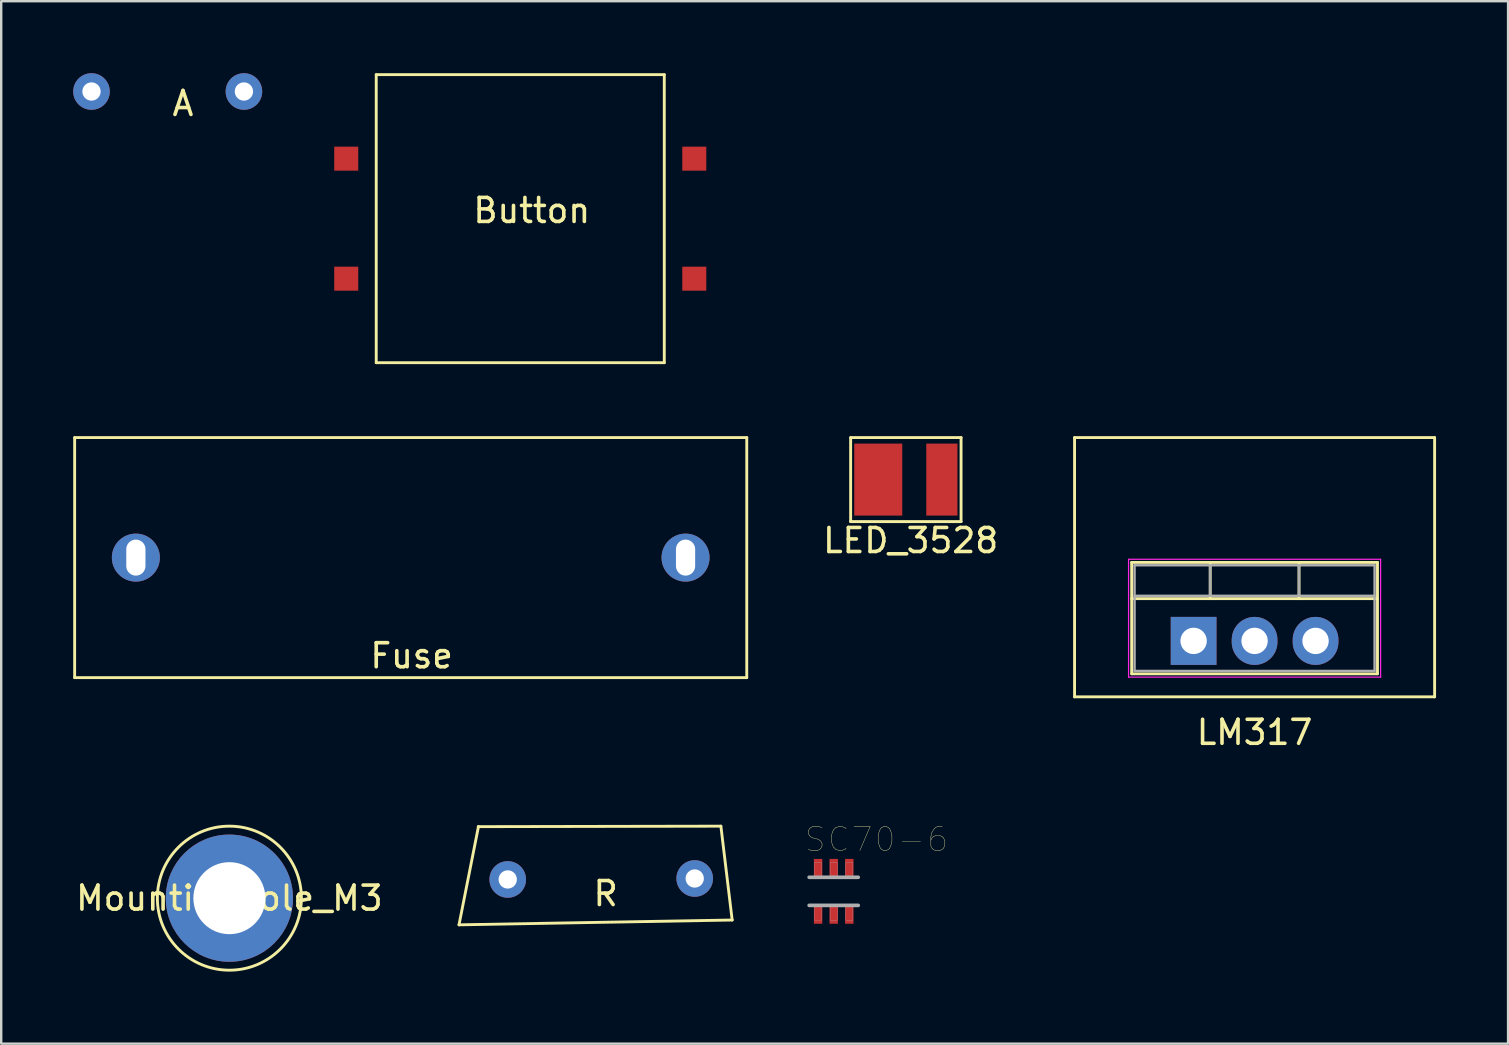
<source format=kicad_pcb>
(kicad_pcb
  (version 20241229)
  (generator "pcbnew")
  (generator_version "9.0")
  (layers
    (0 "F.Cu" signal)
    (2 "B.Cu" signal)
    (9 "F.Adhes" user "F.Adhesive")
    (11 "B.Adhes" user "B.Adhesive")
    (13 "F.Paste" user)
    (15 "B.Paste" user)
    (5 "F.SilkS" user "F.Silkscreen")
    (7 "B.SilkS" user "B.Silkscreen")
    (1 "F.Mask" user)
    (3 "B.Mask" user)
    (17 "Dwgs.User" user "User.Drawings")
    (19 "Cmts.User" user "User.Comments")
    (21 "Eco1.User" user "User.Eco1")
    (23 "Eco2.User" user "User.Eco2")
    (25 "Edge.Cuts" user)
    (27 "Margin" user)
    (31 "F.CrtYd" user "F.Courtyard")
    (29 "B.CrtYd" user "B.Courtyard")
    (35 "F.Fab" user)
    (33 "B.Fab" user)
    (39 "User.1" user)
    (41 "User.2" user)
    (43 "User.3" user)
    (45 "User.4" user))
  (footprint "Fuse"
    (layer "F.Cu")
    (at 14.06 20.18)
    (property "Reference" "Fuse" (at 0.04 4.09 0) (layer "F.SilkS") (effects (font (size 1 1) (thickness 0.15))))
    (attr through_hole)
    (fp_line (start -14 5) (end -14 -5) (stroke (width 0.12) (type solid)) (layer "F.SilkS"))
    (fp_line (start -14 5) (end 14 5) (stroke (width 0.12) (type solid)) (layer "F.SilkS"))
    (fp_line (start 14 -5) (end -14 -5) (stroke (width 0.12) (type solid)) (layer "F.SilkS"))
    (fp_line (start 14 5) (end 14 -5) (stroke (width 0.12) (type solid)) (layer "F.SilkS"))
    (pad "1" thru_hole circle (at -11.45 0) (size 2 2) (drill oval 0.8 1.5) (layers "*.Cu" "*.Mask"))
    (pad "2" thru_hole circle (at 11.45 0) (size 2 2) (drill oval 0.8 1.5) (layers "*.Cu" "*.Mask")))
  (footprint "A"
    (layer "F.Cu")
    (at 4.572 0.762)
    (property "Reference" "A" (at 0 0.5 0) (layer "F.SilkS") (effects (font (size 1 1) (thickness 0.15))))
    (attr through_hole)
    (pad "1" thru_hole circle (at -3.81 0) (size 1.524 1.524) (drill 0.762) (layers "*.Cu" "*.Mask"))
    (pad "2" thru_hole circle (at 2.54 0) (size 1.524 1.524) (drill 0.762) (layers "*.Cu" "*.Mask")))
  (footprint "SC70-6"
    (layer "F.Cu")
    (at 31.682 34.083)
    (property "Reference" "SC70-6" (at 1.781 -2.163 0) (layer "F.SilkS") (effects (font (size 1.002 1.002) (thickness 0.015))))
    (attr through_hole)
    (fp_poly (pts (xy -0.876 -1.4) (xy -0.425 -1.4) (xy -0.425 -0.501) (xy -0.876 -0.501)) (stroke (width 0.01) (type solid)) (fill yes) (layer "F.Mask"))
    (fp_poly (pts (xy -0.876 0.5) (xy -0.425 0.5) (xy -0.425 1.402) (xy -0.876 1.402)) (stroke (width 0.01) (type solid)) (fill yes) (layer "F.Mask"))
    (fp_poly (pts (xy -0.225 0.5) (xy 0.225 0.5) (xy 0.225 1.401) (xy -0.225 1.401)) (stroke (width 0.01) (type solid)) (fill yes) (layer "F.Mask"))
    (fp_poly (pts (xy -0.225 -1.4) (xy 0.225 -1.4) (xy 0.225 -0.5) (xy -0.225 -0.5)) (stroke (width 0.01) (type solid)) (fill yes) (layer "F.Mask"))
    (fp_poly (pts (xy 0.425 0.5) (xy 0.875 0.5) (xy 0.875 1.401) (xy 0.425 1.401)) (stroke (width 0.01) (type solid)) (fill yes) (layer "F.Mask"))
    (fp_poly (pts (xy 0.426 -1.4) (xy 0.875 -1.4) (xy 0.875 -0.501) (xy 0.426 -0.501)) (stroke (width 0.01) (type solid)) (fill yes) (layer "F.Mask"))
    (fp_poly (pts (xy -0.803 -1.325) (xy -0.5 -1.325) (xy -0.5 -0.577) (xy -0.803 -0.577)) (stroke (width 0.01) (type solid)) (fill yes) (layer "F.Paste"))
    (fp_poly (pts (xy -0.801 0.575) (xy -0.5 0.575) (xy -0.5 1.327) (xy -0.801 1.327)) (stroke (width 0.01) (type solid)) (fill yes) (layer "F.Paste"))
    (fp_poly (pts (xy -0.15 0.575) (xy 0.15 0.575) (xy 0.15 1.327) (xy -0.15 1.327)) (stroke (width 0.01) (type solid)) (fill yes) (layer "F.Paste"))
    (fp_poly (pts (xy -0.15 -1.325) (xy 0.15 -1.325) (xy 0.15 -0.576) (xy -0.15 -0.576)) (stroke (width 0.01) (type solid)) (fill yes) (layer "F.Paste"))
    (fp_poly (pts (xy 0.501 0.575) (xy 0.8 0.575) (xy 0.8 1.328) (xy 0.501 1.328)) (stroke (width 0.01) (type solid)) (fill yes) (layer "F.Paste"))
    (fp_poly (pts (xy 0.501 -1.325) (xy 0.8 -1.325) (xy 0.8 -0.577) (xy 0.501 -0.577)) (stroke (width 0.01) (type solid)) (fill yes) (layer "F.Paste"))
    (fp_line (start -1.022 -0.585) (end 1.022 -0.585) (stroke (width 0.152) (type solid)) (layer "F.Fab"))
    (fp_line (start 1.022 0.585) (end -1.022 0.585) (stroke (width 0.152) (type solid)) (layer "F.Fab"))
    (fp_poly (pts (xy -0.801 -1.2) (xy -0.5 -1.2) (xy -0.5 -0.626) (xy -0.801 -0.626)) (stroke (width 0.01) (type solid)) (fill no) (layer "F.Fab"))
    (fp_poly (pts (xy -0.8 0.625) (xy -0.5 0.625) (xy -0.5 1.201) (xy -0.8 1.201)) (stroke (width 0.01) (type solid)) (fill no) (layer "F.Fab"))
    (fp_poly (pts (xy -0.15 -1.2) (xy 0.15 -1.2) (xy 0.15 -0.626) (xy -0.15 -0.626)) (stroke (width 0.01) (type solid)) (fill no) (layer "F.Fab"))
    (fp_poly (pts (xy -0.15 0.625) (xy 0.15 0.625) (xy 0.15 1.202) (xy -0.15 1.202)) (stroke (width 0.01) (type solid)) (fill no) (layer "F.Fab"))
    (fp_poly (pts (xy 0.501 0.625) (xy 0.8 0.625) (xy 0.8 1.202) (xy 0.501 1.202)) (stroke (width 0.01) (type solid)) (fill no) (layer "F.Fab"))
    (fp_poly (pts (xy 0.501 -1.2) (xy 0.8 -1.2) (xy 0.8 -0.626) (xy 0.501 -0.626)) (stroke (width 0.01) (type solid)) (fill no) (layer "F.Fab"))
    (pad "1" smd rect (at -0.65 0.95) (size 0.35 0.8) (layers "F.Cu"))
    (pad "2" smd rect (at 0 0.95) (size 0.35 0.8) (layers "F.Cu"))
    (pad "3" smd rect (at 0.65 0.95) (size 0.35 0.8) (layers "F.Cu"))
    (pad "4" smd rect (at 0.65 -0.95) (size 0.35 0.8) (layers "F.Cu"))
    (pad "5" smd rect (at 0 -0.95) (size 0.35 0.8) (layers "F.Cu"))
    (pad "6" smd rect (at -0.65 -0.95) (size 0.35 0.8) (layers "F.Cu")))
  (footprint "R"
    (layer "F.Cu")
    (at 22.182 33.678)
    (property "Reference" "R" (at 0 0.5 0) (layer "F.SilkS") (effects (font (size 1 1) (thickness 0.15))))
    (attr through_hole)
    (fp_line (start -6.11 1.8) (end -5.3 -2.29) (stroke (width 0.12) (type solid)) (layer "F.SilkS"))
    (fp_line (start -5.31 -2.29) (end 4.8 -2.31) (stroke (width 0.12) (type solid)) (layer "F.SilkS"))
    (fp_line (start 4.8 -2.31) (end 5.27 1.6) (stroke (width 0.12) (type solid)) (layer "F.SilkS"))
    (fp_line (start 5.27 1.6) (end -6.11 1.8) (stroke (width 0.12) (type solid)) (layer "F.SilkS"))
    (pad "1" thru_hole circle (at -4.08 -0.09) (size 1.524 1.524) (drill 0.762) (layers "*.Cu" "*.Mask"))
    (pad "2" thru_hole circle (at 3.71 -0.13) (size 1.524 1.524) (drill 0.762) (layers "*.Cu" "*.Mask")))
  (footprint "Mountinghole_M3"
    (layer "F.Cu")
    (at 6.506 34.368)
    (property "Reference" "Mountinghole_M3" (at 0 0 0) (layer "F.SilkS") (effects (font (size 1 1) (thickness 0.15))))
    (attr through_hole)
    (fp_circle (center 0 0) (end 3 0) (stroke (width 0.12) (type solid)) (fill no) (layer "F.SilkS"))
    (pad "" np_thru_hole circle (at 0 0) (size 5.3 5.3) (drill 3) (layers "*.Cu" "*.Mask")))
  (footprint "LM317"
    (layer "F.Cu")
    (at 49.216 23.65)
    (property "Reference" "LM317" (at 0 3.81 0) (layer "F.SilkS") (effects (font (size 1 1) (thickness 0.15))))
    (attr through_hole)
    (fp_line (start -7.5 -8.47) (end -7.5 2.33) (stroke (width 0.12) (type solid)) (layer "F.SilkS"))
    (fp_line (start -7.5 -8.47) (end 7.5 -8.47) (stroke (width 0.12) (type solid)) (layer "F.SilkS"))
    (fp_line (start -7.5 2.33) (end 7.5 2.33) (stroke (width 0.12) (type solid)) (layer "F.SilkS"))
    (fp_line (start -5.12 -3.27) (end -5.12 1.371) (stroke (width 0.12) (type solid)) (layer "F.SilkS"))
    (fp_line (start -5.12 -3.27) (end 5.12 -3.27) (stroke (width 0.12) (type solid)) (layer "F.SilkS"))
    (fp_line (start -5.12 -1.76) (end 5.12 -1.76) (stroke (width 0.12) (type solid)) (layer "F.SilkS"))
    (fp_line (start -5.12 1.371) (end 5.12 1.371) (stroke (width 0.12) (type solid)) (layer "F.SilkS"))
    (fp_line (start -1.85 -3.27) (end -1.85 -1.76) (stroke (width 0.12) (type solid)) (layer "F.SilkS"))
    (fp_line (start 1.851 -3.27) (end 1.851 -1.76) (stroke (width 0.12) (type solid)) (layer "F.SilkS"))
    (fp_line (start 5.12 -3.27) (end 5.12 1.371) (stroke (width 0.12) (type solid)) (layer "F.SilkS"))
    (fp_line (start 7.5 -8.47) (end 7.5 2.33) (stroke (width 0.12) (type solid)) (layer "F.SilkS"))
    (fp_line (start -5.25 -3.4) (end -5.25 1.51) (stroke (width 0.05) (type solid)) (layer "F.CrtYd"))
    (fp_line (start -5.25 1.51) (end 5.25 1.51) (stroke (width 0.05) (type solid)) (layer "F.CrtYd"))
    (fp_line (start 5.25 -3.4) (end -5.25 -3.4) (stroke (width 0.05) (type solid)) (layer "F.CrtYd"))
    (fp_line (start 5.25 1.51) (end 5.25 -3.4) (stroke (width 0.05) (type solid)) (layer "F.CrtYd"))
    (fp_line (start -5 -3.15) (end -5 1.25) (stroke (width 0.1) (type solid)) (layer "F.Fab"))
    (fp_line (start -5 -1.88) (end 5 -1.88) (stroke (width 0.1) (type solid)) (layer "F.Fab"))
    (fp_line (start -5 1.25) (end 5 1.25) (stroke (width 0.1) (type solid)) (layer "F.Fab"))
    (fp_line (start -1.85 -3.15) (end -1.85 -1.88) (stroke (width 0.1) (type solid)) (layer "F.Fab"))
    (fp_line (start 1.85 -3.15) (end 1.85 -1.88) (stroke (width 0.1) (type solid)) (layer "F.Fab"))
    (fp_line (start 5 -3.15) (end -5 -3.15) (stroke (width 0.1) (type solid)) (layer "F.Fab"))
    (fp_line (start 5 1.25) (end 5 -3.15) (stroke (width 0.1) (type solid)) (layer "F.Fab"))
    (pad "1" thru_hole rect (at -2.54 0) (size 1.905 2) (drill 1.1) (layers "*.Cu" "*.Mask"))
    (pad "2" thru_hole oval (at 0 0) (size 1.905 2) (drill 1.1) (layers "*.Cu" "*.Mask"))
    (pad "3" thru_hole oval (at 2.54 0) (size 1.905 2) (drill 1.1) (layers "*.Cu" "*.Mask")))
  (footprint "LED_3528"
    (layer "F.Cu")
    (at 34.888 16.93)
    (property "Reference" "LED_3528" (at 0 2.54 0) (layer "F.SilkS") (effects (font (size 1 1) (thickness 0.15))))
    (attr through_hole)
    (fp_line (start -2.5 -1.75) (end 2.1 -1.75) (stroke (width 0.12) (type solid)) (layer "F.SilkS"))
    (fp_line (start -2.5 1.75) (end -2.5 -1.75) (stroke (width 0.12) (type solid)) (layer "F.SilkS"))
    (fp_line (start 2.1 -1.75) (end 2.1 1.75) (stroke (width 0.12) (type solid)) (layer "F.SilkS"))
    (fp_line (start 2.1 1.75) (end -2.5 1.75) (stroke (width 0.12) (type solid)) (layer "F.SilkS"))
    (pad "1" smd rect (at -1.35 0) (size 2 3) (layers "F.Cu" "F.Mask" "F.Paste"))
    (pad "2" smd rect (at 1.3 0) (size 1.3 3) (layers "F.Cu" "F.Mask" "F.Paste")))
  (footprint "Button"
    (layer "F.Cu")
    (at 18.624 6.06)
    (property "Reference" "Button" (at 0.48 -0.34 0) (layer "F.SilkS") (effects (font (size 1 1) (thickness 0.15))))
    (attr through_hole)
    (fp_line (start -6 -6) (end 6 -6) (stroke (width 0.12) (type solid)) (layer "F.SilkS"))
    (fp_line (start -6 6) (end -6 -6) (stroke (width 0.12) (type solid)) (layer "F.SilkS"))
    (fp_line (start 6 -6) (end 6 6) (stroke (width 0.12) (type solid)) (layer "F.SilkS"))
    (fp_line (start 6 6) (end -6 6) (stroke (width 0.12) (type solid)) (layer "F.SilkS"))
    (pad "1" smd rect (at -7.25 -2.5) (size 1 1) (layers "F.Cu" "F.Mask" "F.Paste"))
    (pad "2" smd rect (at 7.25 -2.5) (size 1 1) (layers "F.Cu" "F.Mask" "F.Paste"))
    (pad "3" smd rect (at 7.25 2.5) (size 1 1) (layers "F.Cu" "F.Mask" "F.Paste"))
    (pad "4" smd rect (at -7.25 2.5) (size 1 1) (layers "F.Cu" "F.Mask" "F.Paste")))
  (gr_rect
    (start -3 -3)
    (end 59.776 40.428)
    (stroke (width 0.1) (type default))
    (fill no)
    (layer "Edge.Cuts")))
</source>
